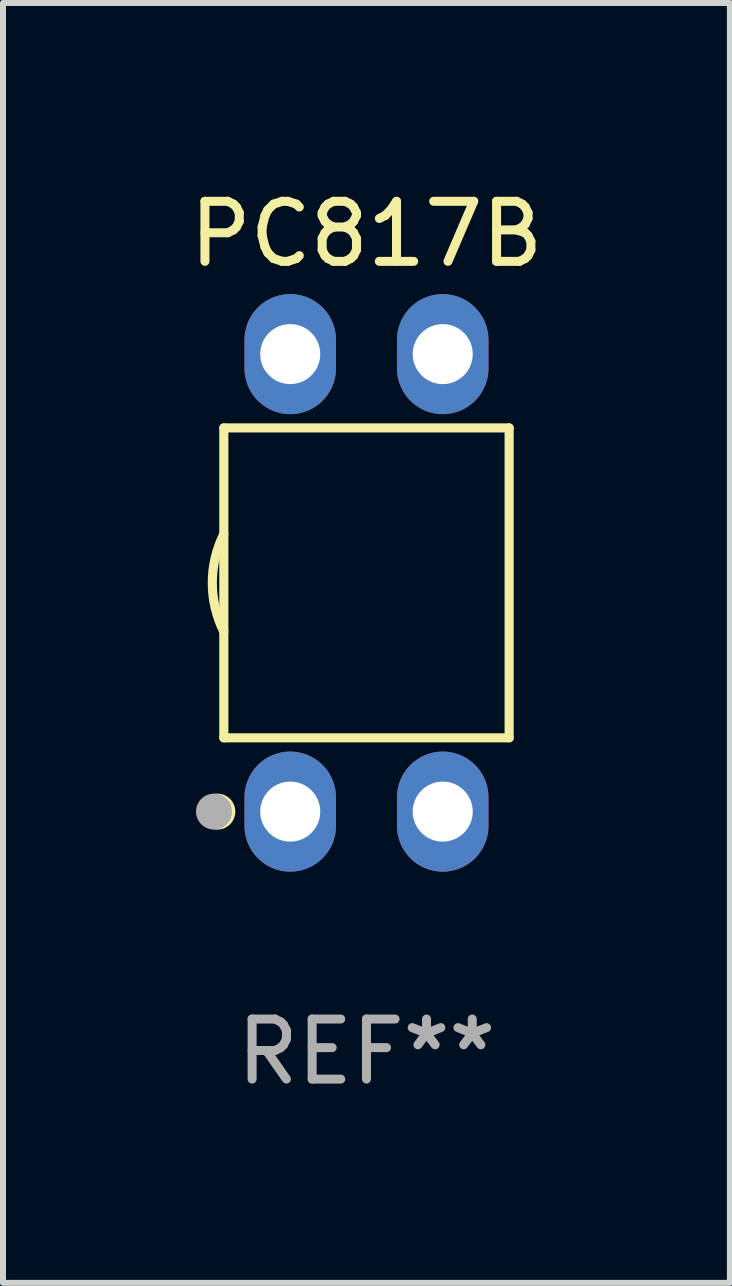
<source format=kicad_pcb>
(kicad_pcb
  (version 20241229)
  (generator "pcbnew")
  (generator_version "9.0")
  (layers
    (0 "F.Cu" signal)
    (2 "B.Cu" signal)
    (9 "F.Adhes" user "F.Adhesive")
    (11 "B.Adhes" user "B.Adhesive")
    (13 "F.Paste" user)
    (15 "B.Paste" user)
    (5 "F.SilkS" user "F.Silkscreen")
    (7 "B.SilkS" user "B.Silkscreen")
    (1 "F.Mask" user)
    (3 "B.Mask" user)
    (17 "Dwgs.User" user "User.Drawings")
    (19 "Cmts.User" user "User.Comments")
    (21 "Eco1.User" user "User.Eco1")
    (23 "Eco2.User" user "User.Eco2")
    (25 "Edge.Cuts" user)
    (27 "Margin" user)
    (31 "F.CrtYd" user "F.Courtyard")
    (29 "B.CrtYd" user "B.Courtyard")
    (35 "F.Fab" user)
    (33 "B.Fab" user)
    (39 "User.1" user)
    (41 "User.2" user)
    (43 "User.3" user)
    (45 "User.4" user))
  (footprint "PC817B"
    (layer "F.Cu")
    (at 3.054 6.658)
    (property "Reference" "PC817B" (at 0 -5.81 0) (layer "F.SilkS") (effects (font (size 1 1) (thickness 0.15))))
    (attr through_hole)
    (fp_line (start -2.376 -2.581) (end 2.376 -2.581) (stroke (width 0.152) (type solid)) (layer "F.SilkS"))
    (fp_line (start -2.376 2.581) (end -2.376 -2.581) (stroke (width 0.152) (type solid)) (layer "F.SilkS"))
    (fp_line (start 2.376 -2.581) (end 2.376 2.581) (stroke (width 0.152) (type solid)) (layer "F.SilkS"))
    (fp_line (start 2.376 2.581) (end -2.376 2.581) (stroke (width 0.152) (type solid)) (layer "F.SilkS"))
    (fp_arc (start -2.3762 0.812496) (mid -2.568004 0) (end -2.3762 -0.812497) (stroke (width 0.1524) (type solid)) (layer "F.SilkS"))
    (fp_circle (center -2.484 3.81) (end -2.334 3.81) (stroke (width 0.3) (type solid)) (fill no) (layer "F.SilkS"))
    (fp_circle (center -2.3 3.935) (end -2.27 3.935) (stroke (width 0.06) (type solid)) (fill no) (layer "F.SilkS"))
    (fp_circle (center -2.54 3.81) (end -2.39 3.81) (stroke (width 0.3) (type solid)) (fill no) (layer "F.Fab"))
    (fp_text user "REF**" (at 0 7.81 0) (layer "F.Fab") (effects (font (size 1 1) (thickness 0.15))))
    (pad "1" thru_hole oval (at -1.27 3.81) (size 1.524 2) (drill 1) (layers "*.Cu" "*.Mask"))
    (pad "2" thru_hole oval (at 1.27 3.81) (size 1.524 2) (drill 1) (layers "*.Cu" "*.Mask"))
    (pad "3" thru_hole oval (at 1.27 -3.81) (size 1.524 2) (drill 1) (layers "*.Cu" "*.Mask"))
    (pad "4" thru_hole oval (at -1.27 -3.81) (size 1.524 2) (drill 1) (layers "*.Cu" "*.Mask")))
  (gr_rect
    (start -3 -3)
    (end 9.107 18.317)
    (stroke (width 0.1) (type default))
    (fill no)
    (layer "Edge.Cuts")))
</source>
